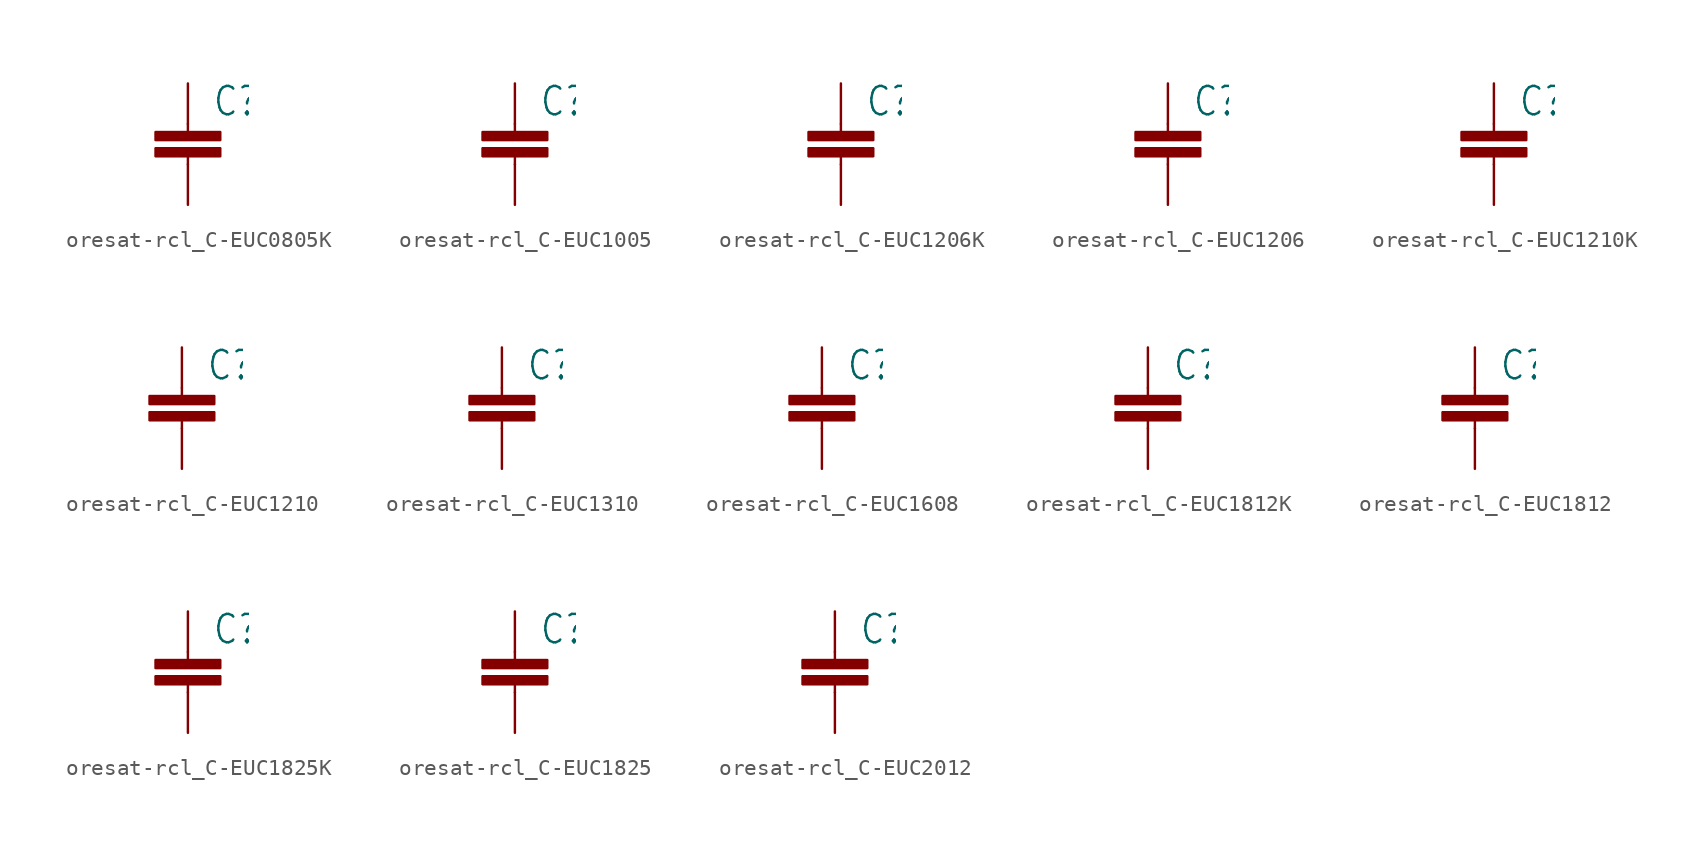
<source format=kicad_sym>
(kicad_symbol_lib
  (version 20220914)
  (generator kicad_symbol_editor)
  (symbol "oresat-rcl_C-EUC0805K"
    (property "Reference" "C"
      (at 1.524 0.381 0)
      (effects (font (size 1.778 1.511)) (justify left bottom)))
    (property "Value" ""
      (at 1.524 -4.699 0)
      (effects (font (size 1.778 1.511)) (justify left bottom)))
    (property "ki_locked" ""
      (at 0 0 0)
      (effects (font (size 1.27 1.27))))
    (symbol "oresat-rcl_C-EUC0805K_1_0"
      (rectangle (start -2.032 -2.032) (end 2.032 -1.524) (stroke (width 0) (type default)) (fill (type outline)))
      (rectangle (start -2.032 -1.016) (end 2.032 -0.508) (stroke (width 0) (type default)) (fill (type outline)))
      (polyline (pts (xy 0 -2.54) (xy 0 -2.032)) (stroke (width 0.152) (type solid)) (fill (type none)))
      (polyline (pts (xy 0 0) (xy 0 -0.508)) (stroke (width 0.152) (type solid)) (fill (type none)))
      (pin passive line (at 0 2.54 270) (length 2.54) (name "1" (effects (font (size 0 0)))) (number "1" (effects (font (size 0 0)))))
      (pin passive line (at 0 -5.08 90) (length 2.54) (name "2" (effects (font (size 0 0)))) (number "2" (effects (font (size 0 0)))))))
  (symbol "oresat-rcl_C-EUC1005"
    (property "Reference" "C"
      (at 1.524 0.381 0)
      (effects (font (size 1.778 1.511)) (justify left bottom)))
    (property "Value" ""
      (at 1.524 -4.699 0)
      (effects (font (size 1.778 1.511)) (justify left bottom)))
    (property "ki_locked" ""
      (at 0 0 0)
      (effects (font (size 1.27 1.27))))
    (symbol "oresat-rcl_C-EUC1005_1_0"
      (rectangle (start -2.032 -2.032) (end 2.032 -1.524) (stroke (width 0) (type default)) (fill (type outline)))
      (rectangle (start -2.032 -1.016) (end 2.032 -0.508) (stroke (width 0) (type default)) (fill (type outline)))
      (polyline (pts (xy 0 -2.54) (xy 0 -2.032)) (stroke (width 0.152) (type solid)) (fill (type none)))
      (polyline (pts (xy 0 0) (xy 0 -0.508)) (stroke (width 0.152) (type solid)) (fill (type none)))
      (pin passive line (at 0 2.54 270) (length 2.54) (name "1" (effects (font (size 0 0)))) (number "1" (effects (font (size 0 0)))))
      (pin passive line (at 0 -5.08 90) (length 2.54) (name "2" (effects (font (size 0 0)))) (number "2" (effects (font (size 0 0)))))))
  (symbol "oresat-rcl_C-EUC1206K"
    (property "Reference" "C"
      (at 1.524 0.381 0)
      (effects (font (size 1.778 1.511)) (justify left bottom)))
    (property "Value" ""
      (at 1.524 -4.699 0)
      (effects (font (size 1.778 1.511)) (justify left bottom)))
    (property "ki_locked" ""
      (at 0 0 0)
      (effects (font (size 1.27 1.27))))
    (symbol "oresat-rcl_C-EUC1206K_1_0"
      (rectangle (start -2.032 -2.032) (end 2.032 -1.524) (stroke (width 0) (type default)) (fill (type outline)))
      (rectangle (start -2.032 -1.016) (end 2.032 -0.508) (stroke (width 0) (type default)) (fill (type outline)))
      (polyline (pts (xy 0 -2.54) (xy 0 -2.032)) (stroke (width 0.152) (type solid)) (fill (type none)))
      (polyline (pts (xy 0 0) (xy 0 -0.508)) (stroke (width 0.152) (type solid)) (fill (type none)))
      (pin passive line (at 0 2.54 270) (length 2.54) (name "1" (effects (font (size 0 0)))) (number "1" (effects (font (size 0 0)))))
      (pin passive line (at 0 -5.08 90) (length 2.54) (name "2" (effects (font (size 0 0)))) (number "2" (effects (font (size 0 0)))))))
  (symbol "oresat-rcl_C-EUC1206"
    (property "Reference" "C"
      (at 1.524 0.381 0)
      (effects (font (size 1.778 1.511)) (justify left bottom)))
    (property "Value" ""
      (at 1.524 -4.699 0)
      (effects (font (size 1.778 1.511)) (justify left bottom)))
    (property "ki_locked" ""
      (at 0 0 0)
      (effects (font (size 1.27 1.27))))
    (symbol "oresat-rcl_C-EUC1206_1_0"
      (rectangle (start -2.032 -2.032) (end 2.032 -1.524) (stroke (width 0) (type default)) (fill (type outline)))
      (rectangle (start -2.032 -1.016) (end 2.032 -0.508) (stroke (width 0) (type default)) (fill (type outline)))
      (polyline (pts (xy 0 -2.54) (xy 0 -2.032)) (stroke (width 0.152) (type solid)) (fill (type none)))
      (polyline (pts (xy 0 0) (xy 0 -0.508)) (stroke (width 0.152) (type solid)) (fill (type none)))
      (pin passive line (at 0 2.54 270) (length 2.54) (name "1" (effects (font (size 0 0)))) (number "1" (effects (font (size 0 0)))))
      (pin passive line (at 0 -5.08 90) (length 2.54) (name "2" (effects (font (size 0 0)))) (number "2" (effects (font (size 0 0)))))))
  (symbol "oresat-rcl_C-EUC1210K"
    (property "Reference" "C"
      (at 1.524 0.381 0)
      (effects (font (size 1.778 1.511)) (justify left bottom)))
    (property "Value" ""
      (at 1.524 -4.699 0)
      (effects (font (size 1.778 1.511)) (justify left bottom)))
    (property "ki_locked" ""
      (at 0 0 0)
      (effects (font (size 1.27 1.27))))
    (symbol "oresat-rcl_C-EUC1210K_1_0"
      (rectangle (start -2.032 -2.032) (end 2.032 -1.524) (stroke (width 0) (type default)) (fill (type outline)))
      (rectangle (start -2.032 -1.016) (end 2.032 -0.508) (stroke (width 0) (type default)) (fill (type outline)))
      (polyline (pts (xy 0 -2.54) (xy 0 -2.032)) (stroke (width 0.152) (type solid)) (fill (type none)))
      (polyline (pts (xy 0 0) (xy 0 -0.508)) (stroke (width 0.152) (type solid)) (fill (type none)))
      (pin passive line (at 0 2.54 270) (length 2.54) (name "1" (effects (font (size 0 0)))) (number "1" (effects (font (size 0 0)))))
      (pin passive line (at 0 -5.08 90) (length 2.54) (name "2" (effects (font (size 0 0)))) (number "2" (effects (font (size 0 0)))))))
  (symbol "oresat-rcl_C-EUC1210"
    (property "Reference" "C"
      (at 1.524 0.381 0)
      (effects (font (size 1.778 1.511)) (justify left bottom)))
    (property "Value" ""
      (at 1.524 -4.699 0)
      (effects (font (size 1.778 1.511)) (justify left bottom)))
    (property "ki_locked" ""
      (at 0 0 0)
      (effects (font (size 1.27 1.27))))
    (symbol "oresat-rcl_C-EUC1210_1_0"
      (rectangle (start -2.032 -2.032) (end 2.032 -1.524) (stroke (width 0) (type default)) (fill (type outline)))
      (rectangle (start -2.032 -1.016) (end 2.032 -0.508) (stroke (width 0) (type default)) (fill (type outline)))
      (polyline (pts (xy 0 -2.54) (xy 0 -2.032)) (stroke (width 0.152) (type solid)) (fill (type none)))
      (polyline (pts (xy 0 0) (xy 0 -0.508)) (stroke (width 0.152) (type solid)) (fill (type none)))
      (pin passive line (at 0 2.54 270) (length 2.54) (name "1" (effects (font (size 0 0)))) (number "1" (effects (font (size 0 0)))))
      (pin passive line (at 0 -5.08 90) (length 2.54) (name "2" (effects (font (size 0 0)))) (number "2" (effects (font (size 0 0)))))))
  (symbol "oresat-rcl_C-EUC1310"
    (property "Reference" "C"
      (at 1.524 0.381 0)
      (effects (font (size 1.778 1.511)) (justify left bottom)))
    (property "Value" ""
      (at 1.524 -4.699 0)
      (effects (font (size 1.778 1.511)) (justify left bottom)))
    (property "ki_locked" ""
      (at 0 0 0)
      (effects (font (size 1.27 1.27))))
    (symbol "oresat-rcl_C-EUC1310_1_0"
      (rectangle (start -2.032 -2.032) (end 2.032 -1.524) (stroke (width 0) (type default)) (fill (type outline)))
      (rectangle (start -2.032 -1.016) (end 2.032 -0.508) (stroke (width 0) (type default)) (fill (type outline)))
      (polyline (pts (xy 0 -2.54) (xy 0 -2.032)) (stroke (width 0.152) (type solid)) (fill (type none)))
      (polyline (pts (xy 0 0) (xy 0 -0.508)) (stroke (width 0.152) (type solid)) (fill (type none)))
      (pin passive line (at 0 2.54 270) (length 2.54) (name "1" (effects (font (size 0 0)))) (number "1" (effects (font (size 0 0)))))
      (pin passive line (at 0 -5.08 90) (length 2.54) (name "2" (effects (font (size 0 0)))) (number "2" (effects (font (size 0 0)))))))
  (symbol "oresat-rcl_C-EUC1608"
    (property "Reference" "C"
      (at 1.524 0.381 0)
      (effects (font (size 1.778 1.511)) (justify left bottom)))
    (property "Value" ""
      (at 1.524 -4.699 0)
      (effects (font (size 1.778 1.511)) (justify left bottom)))
    (property "ki_locked" ""
      (at 0 0 0)
      (effects (font (size 1.27 1.27))))
    (symbol "oresat-rcl_C-EUC1608_1_0"
      (rectangle (start -2.032 -2.032) (end 2.032 -1.524) (stroke (width 0) (type default)) (fill (type outline)))
      (rectangle (start -2.032 -1.016) (end 2.032 -0.508) (stroke (width 0) (type default)) (fill (type outline)))
      (polyline (pts (xy 0 -2.54) (xy 0 -2.032)) (stroke (width 0.152) (type solid)) (fill (type none)))
      (polyline (pts (xy 0 0) (xy 0 -0.508)) (stroke (width 0.152) (type solid)) (fill (type none)))
      (pin passive line (at 0 2.54 270) (length 2.54) (name "1" (effects (font (size 0 0)))) (number "1" (effects (font (size 0 0)))))
      (pin passive line (at 0 -5.08 90) (length 2.54) (name "2" (effects (font (size 0 0)))) (number "2" (effects (font (size 0 0)))))))
  (symbol "oresat-rcl_C-EUC1812K"
    (property "Reference" "C"
      (at 1.524 0.381 0)
      (effects (font (size 1.778 1.511)) (justify left bottom)))
    (property "Value" ""
      (at 1.524 -4.699 0)
      (effects (font (size 1.778 1.511)) (justify left bottom)))
    (property "ki_locked" ""
      (at 0 0 0)
      (effects (font (size 1.27 1.27))))
    (symbol "oresat-rcl_C-EUC1812K_1_0"
      (rectangle (start -2.032 -2.032) (end 2.032 -1.524) (stroke (width 0) (type default)) (fill (type outline)))
      (rectangle (start -2.032 -1.016) (end 2.032 -0.508) (stroke (width 0) (type default)) (fill (type outline)))
      (polyline (pts (xy 0 -2.54) (xy 0 -2.032)) (stroke (width 0.152) (type solid)) (fill (type none)))
      (polyline (pts (xy 0 0) (xy 0 -0.508)) (stroke (width 0.152) (type solid)) (fill (type none)))
      (pin passive line (at 0 2.54 270) (length 2.54) (name "1" (effects (font (size 0 0)))) (number "1" (effects (font (size 0 0)))))
      (pin passive line (at 0 -5.08 90) (length 2.54) (name "2" (effects (font (size 0 0)))) (number "2" (effects (font (size 0 0)))))))
  (symbol "oresat-rcl_C-EUC1812"
    (property "Reference" "C"
      (at 1.524 0.381 0)
      (effects (font (size 1.778 1.511)) (justify left bottom)))
    (property "Value" ""
      (at 1.524 -4.699 0)
      (effects (font (size 1.778 1.511)) (justify left bottom)))
    (property "ki_locked" ""
      (at 0 0 0)
      (effects (font (size 1.27 1.27))))
    (symbol "oresat-rcl_C-EUC1812_1_0"
      (rectangle (start -2.032 -2.032) (end 2.032 -1.524) (stroke (width 0) (type default)) (fill (type outline)))
      (rectangle (start -2.032 -1.016) (end 2.032 -0.508) (stroke (width 0) (type default)) (fill (type outline)))
      (polyline (pts (xy 0 -2.54) (xy 0 -2.032)) (stroke (width 0.152) (type solid)) (fill (type none)))
      (polyline (pts (xy 0 0) (xy 0 -0.508)) (stroke (width 0.152) (type solid)) (fill (type none)))
      (pin passive line (at 0 2.54 270) (length 2.54) (name "1" (effects (font (size 0 0)))) (number "1" (effects (font (size 0 0)))))
      (pin passive line (at 0 -5.08 90) (length 2.54) (name "2" (effects (font (size 0 0)))) (number "2" (effects (font (size 0 0)))))))
  (symbol "oresat-rcl_C-EUC1825K"
    (property "Reference" "C"
      (at 1.524 0.381 0)
      (effects (font (size 1.778 1.511)) (justify left bottom)))
    (property "Value" ""
      (at 1.524 -4.699 0)
      (effects (font (size 1.778 1.511)) (justify left bottom)))
    (property "ki_locked" ""
      (at 0 0 0)
      (effects (font (size 1.27 1.27))))
    (symbol "oresat-rcl_C-EUC1825K_1_0"
      (rectangle (start -2.032 -2.032) (end 2.032 -1.524) (stroke (width 0) (type default)) (fill (type outline)))
      (rectangle (start -2.032 -1.016) (end 2.032 -0.508) (stroke (width 0) (type default)) (fill (type outline)))
      (polyline (pts (xy 0 -2.54) (xy 0 -2.032)) (stroke (width 0.152) (type solid)) (fill (type none)))
      (polyline (pts (xy 0 0) (xy 0 -0.508)) (stroke (width 0.152) (type solid)) (fill (type none)))
      (pin passive line (at 0 2.54 270) (length 2.54) (name "1" (effects (font (size 0 0)))) (number "1" (effects (font (size 0 0)))))
      (pin passive line (at 0 -5.08 90) (length 2.54) (name "2" (effects (font (size 0 0)))) (number "2" (effects (font (size 0 0)))))))
  (symbol "oresat-rcl_C-EUC1825"
    (property "Reference" "C"
      (at 1.524 0.381 0)
      (effects (font (size 1.778 1.511)) (justify left bottom)))
    (property "Value" ""
      (at 1.524 -4.699 0)
      (effects (font (size 1.778 1.511)) (justify left bottom)))
    (property "ki_locked" ""
      (at 0 0 0)
      (effects (font (size 1.27 1.27))))
    (symbol "oresat-rcl_C-EUC1825_1_0"
      (rectangle (start -2.032 -2.032) (end 2.032 -1.524) (stroke (width 0) (type default)) (fill (type outline)))
      (rectangle (start -2.032 -1.016) (end 2.032 -0.508) (stroke (width 0) (type default)) (fill (type outline)))
      (polyline (pts (xy 0 -2.54) (xy 0 -2.032)) (stroke (width 0.152) (type solid)) (fill (type none)))
      (polyline (pts (xy 0 0) (xy 0 -0.508)) (stroke (width 0.152) (type solid)) (fill (type none)))
      (pin passive line (at 0 2.54 270) (length 2.54) (name "1" (effects (font (size 0 0)))) (number "1" (effects (font (size 0 0)))))
      (pin passive line (at 0 -5.08 90) (length 2.54) (name "2" (effects (font (size 0 0)))) (number "2" (effects (font (size 0 0)))))))
  (symbol "oresat-rcl_C-EUC2012"
    (property "Reference" "C"
      (at 1.524 0.381 0)
      (effects (font (size 1.778 1.511)) (justify left bottom)))
    (property "Value" ""
      (at 1.524 -4.699 0)
      (effects (font (size 1.778 1.511)) (justify left bottom)))
    (property "ki_locked" ""
      (at 0 0 0)
      (effects (font (size 1.27 1.27))))
    (symbol "oresat-rcl_C-EUC2012_1_0"
      (rectangle (start -2.032 -2.032) (end 2.032 -1.524) (stroke (width 0) (type default)) (fill (type outline)))
      (rectangle (start -2.032 -1.016) (end 2.032 -0.508) (stroke (width 0) (type default)) (fill (type outline)))
      (polyline (pts (xy 0 -2.54) (xy 0 -2.032)) (stroke (width 0.152) (type solid)) (fill (type none)))
      (polyline (pts (xy 0 0) (xy 0 -0.508)) (stroke (width 0.152) (type solid)) (fill (type none)))
      (pin passive line (at 0 2.54 270) (length 2.54) (name "1" (effects (font (size 0 0)))) (number "1" (effects (font (size 0 0)))))
      (pin passive line (at 0 -5.08 90) (length 2.54) (name "2" (effects (font (size 0 0)))) (number "2" (effects (font (size 0 0))))))))
</source>
